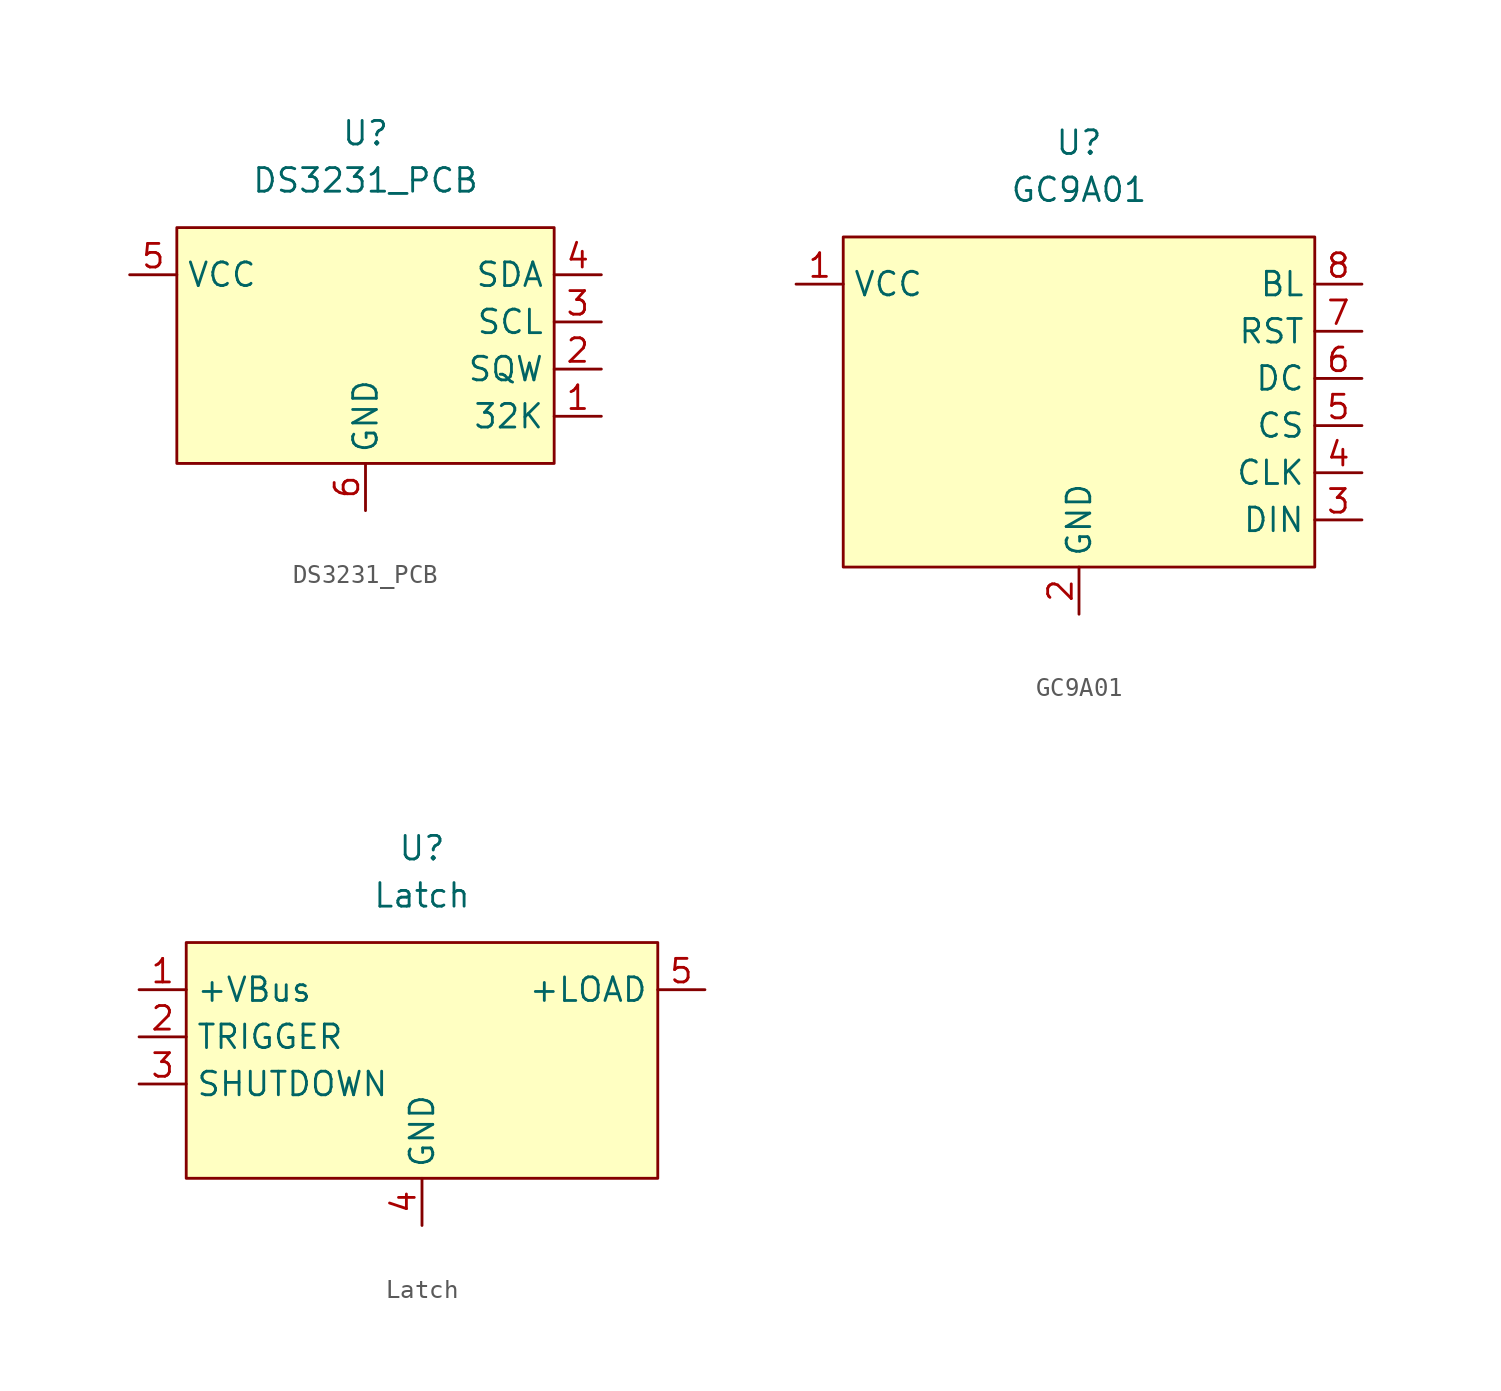
<source format=kicad_sym>
(kicad_symbol_lib
  (version 20211014)
  (generator kicad_symbol_editor)
  (symbol "DS3231_PCB"
    (property "Reference" "U"
      (at 0 10.16 0)
      (effects (font (size 1.27 1.27))))
    (property "Value" "DS3231_PCB"
      (at 0 7.62 0)
      (effects (font (size 1.27 1.27))))
    (symbol "DS3231_PCB_0_0"
      (pin unspecified line (at 12.7 -5.08 180) (length 2.54) (name "32K" (effects (font (size 1.27 1.27)))) (number "1" (effects (font (size 1.27 1.27)))))
      (pin unspecified line (at 12.7 -2.54 180) (length 2.54) (name "SQW" (effects (font (size 1.27 1.27)))) (number "2" (effects (font (size 1.27 1.27)))))
      (pin unspecified line (at 12.7 0 180) (length 2.54) (name "SCL" (effects (font (size 1.27 1.27)))) (number "3" (effects (font (size 1.27 1.27)))))
      (pin unspecified line (at 12.7 2.54 180) (length 2.54) (name "SDA" (effects (font (size 1.27 1.27)))) (number "4" (effects (font (size 1.27 1.27)))))
      (pin unspecified line (at -12.7 2.54 0) (length 2.54) (name "VCC" (effects (font (size 1.27 1.27)))) (number "5" (effects (font (size 1.27 1.27)))))
      (pin unspecified line (at 0 -10.16 90) (length 2.54) (name "GND" (effects (font (size 1.27 1.27)))) (number "6" (effects (font (size 1.27 1.27))))))
    (symbol "DS3231_PCB_0_1"
      (rectangle (start -10.16 5.08) (end 10.16 -7.62) (stroke (width 0) (type default) (color 0 0 0 0)) (fill (type background)))))
  (symbol "GC9A01"
    (property "Reference" "U"
      (at 0 15.24 0)
      (effects (font (size 1.27 1.27))))
    (property "Value" "GC9A01"
      (at 0 12.7 0)
      (effects (font (size 1.27 1.27))))
    (symbol "GC9A01_0_0"
      (pin power_in line (at 0 -10.16 90) (length 2.54) (name "GND" (effects (font (size 1.27 1.27)))) (number "2" (effects (font (size 1.27 1.27)))))
      (pin power_in line (at 15.24 -5.08 180) (length 2.54) (name "DIN" (effects (font (size 1.27 1.27)))) (number "3" (effects (font (size 1.27 1.27)))))
      (pin power_in line (at 15.24 -2.54 180) (length 2.54) (name "CLK" (effects (font (size 1.27 1.27)))) (number "4" (effects (font (size 1.27 1.27)))))
      (pin power_in line (at 15.24 0 180) (length 2.54) (name "CS" (effects (font (size 1.27 1.27)))) (number "5" (effects (font (size 1.27 1.27)))))
      (pin power_in line (at 15.24 2.54 180) (length 2.54) (name "DC" (effects (font (size 1.27 1.27)))) (number "6" (effects (font (size 1.27 1.27)))))
      (pin power_in line (at 15.24 5.08 180) (length 2.54) (name "RST" (effects (font (size 1.27 1.27)))) (number "7" (effects (font (size 1.27 1.27)))))
      (pin power_in line (at 15.24 7.62 180) (length 2.54) (name "BL" (effects (font (size 1.27 1.27)))) (number "8" (effects (font (size 1.27 1.27))))))
    (symbol "GC9A01_0_1"
      (rectangle (start -12.7 10.16) (end 12.7 -7.62) (stroke (width 0) (type default) (color 0 0 0 0)) (fill (type background))))
    (symbol "GC9A01_1_1"
      (pin power_in line (at -15.24 7.62 0) (length 2.54) (name "VCC" (effects (font (size 1.27 1.27)))) (number "1" (effects (font (size 1.27 1.27)))))))
  (symbol "Latch"
    (property "Reference" "U"
      (at 0 10.16 0)
      (effects (font (size 1.27 1.27))))
    (property "Value" "Latch"
      (at 0 7.62 0)
      (effects (font (size 1.27 1.27))))
    (symbol "Latch_0_1"
      (rectangle (start -12.7 5.08) (end 12.7 -7.62) (stroke (width 0) (type default) (color 0 0 0 0)) (fill (type background))))
    (symbol "Latch_1_1"
      (pin power_in line (at -15.24 2.54 0) (length 2.54) (name "+VBus" (effects (font (size 1.27 1.27)))) (number "1" (effects (font (size 1.27 1.27)))))
      (pin input line (at -15.24 0 0) (length 2.54) (name "TRIGGER" (effects (font (size 1.27 1.27)))) (number "2" (effects (font (size 1.27 1.27)))))
      (pin input line (at -15.24 -2.54 0) (length 2.54) (name "SHUTDOWN" (effects (font (size 1.27 1.27)))) (number "3" (effects (font (size 1.27 1.27)))))
      (pin power_out line (at 0 -10.16 90) (length 2.54) (name "GND" (effects (font (size 1.27 1.27)))) (number "4" (effects (font (size 1.27 1.27)))))
      (pin power_out line (at 15.24 2.54 180) (length 2.54) (name "+LOAD" (effects (font (size 1.27 1.27)))) (number "5" (effects (font (size 1.27 1.27))))))))
</source>
